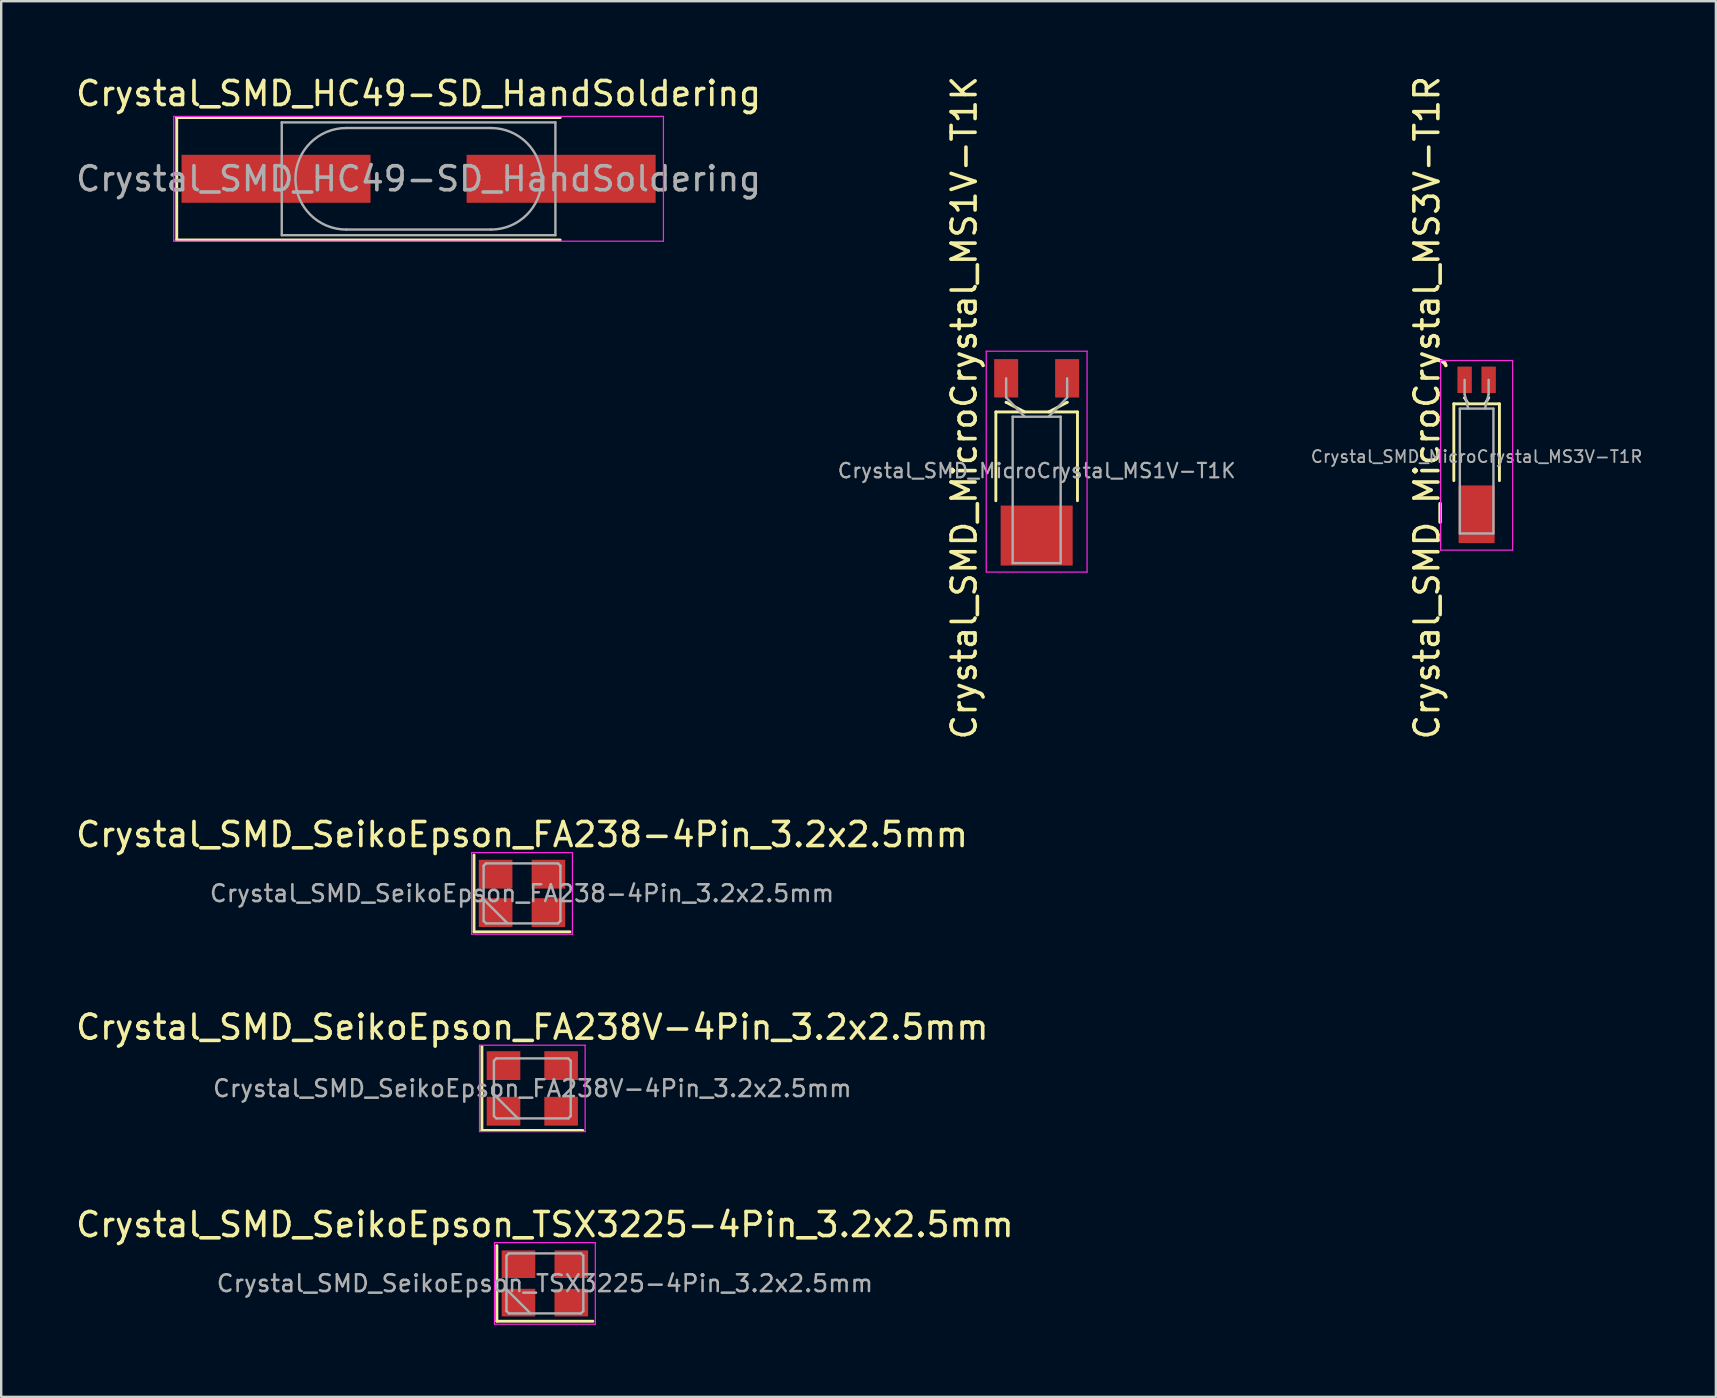
<source format=kicad_pcb>
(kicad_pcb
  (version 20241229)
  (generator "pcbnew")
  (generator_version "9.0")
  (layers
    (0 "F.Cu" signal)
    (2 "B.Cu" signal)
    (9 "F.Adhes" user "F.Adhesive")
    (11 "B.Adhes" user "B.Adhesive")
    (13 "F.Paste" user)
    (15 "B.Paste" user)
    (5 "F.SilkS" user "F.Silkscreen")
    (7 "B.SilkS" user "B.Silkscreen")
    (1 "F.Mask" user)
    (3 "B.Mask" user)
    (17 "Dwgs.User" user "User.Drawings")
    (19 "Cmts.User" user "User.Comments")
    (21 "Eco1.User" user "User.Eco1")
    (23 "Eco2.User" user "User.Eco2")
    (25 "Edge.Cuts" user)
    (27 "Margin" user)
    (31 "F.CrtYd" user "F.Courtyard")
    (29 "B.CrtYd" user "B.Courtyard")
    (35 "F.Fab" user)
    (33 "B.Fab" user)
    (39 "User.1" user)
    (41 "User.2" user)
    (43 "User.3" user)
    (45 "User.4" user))
  (footprint "Crystal_SMD_SeikoEpson_TSX3225-4Pin_3.2x2.5mm"
    (layer "F.Cu")
    (at 19.649 50.414)
    (property "Reference" "Crystal_SMD_SeikoEpson_TSX3225-4Pin_3.2x2.5mm" (at 0 -2.45 0) (layer "F.SilkS") (effects (font (size 1 1) (thickness 0.15))))
    (attr smd)
    (fp_line (start -2 -1.575) (end -2 1.575) (stroke (width 0.12) (type solid)) (layer "F.SilkS"))
    (fp_line (start -2 1.575) (end 2 1.575) (stroke (width 0.12) (type solid)) (layer "F.SilkS"))
    (fp_line (start -2.1 -1.7) (end -2.1 1.7) (stroke (width 0.05) (type solid)) (layer "F.CrtYd"))
    (fp_line (start -2.1 1.7) (end 2.1 1.7) (stroke (width 0.05) (type solid)) (layer "F.CrtYd"))
    (fp_line (start 2.1 -1.7) (end -2.1 -1.7) (stroke (width 0.05) (type solid)) (layer "F.CrtYd"))
    (fp_line (start 2.1 1.7) (end 2.1 -1.7) (stroke (width 0.05) (type solid)) (layer "F.CrtYd"))
    (fp_line (start -1.6 -1.15) (end -1.5 -1.25) (stroke (width 0.1) (type solid)) (layer "F.Fab"))
    (fp_line (start -1.6 0.25) (end -0.6 1.25) (stroke (width 0.1) (type solid)) (layer "F.Fab"))
    (fp_line (start -1.6 1.15) (end -1.6 -1.15) (stroke (width 0.1) (type solid)) (layer "F.Fab"))
    (fp_line (start -1.5 -1.25) (end 1.5 -1.25) (stroke (width 0.1) (type solid)) (layer "F.Fab"))
    (fp_line (start -1.5 1.25) (end -1.6 1.15) (stroke (width 0.1) (type solid)) (layer "F.Fab"))
    (fp_line (start 1.5 -1.25) (end 1.6 -1.15) (stroke (width 0.1) (type solid)) (layer "F.Fab"))
    (fp_line (start 1.5 1.25) (end -1.5 1.25) (stroke (width 0.1) (type solid)) (layer "F.Fab"))
    (fp_line (start 1.6 -1.15) (end 1.6 1.15) (stroke (width 0.1) (type solid)) (layer "F.Fab"))
    (fp_line (start 1.6 1.15) (end 1.5 1.25) (stroke (width 0.1) (type solid)) (layer "F.Fab"))
    (fp_text user "${REFERENCE}" (at 0 0 0) (layer "F.Fab") (effects (font (size 0.7 0.7) (thickness 0.105))))
    (pad "1" smd rect (at -1.1 0.8) (size 1.4 1.15) (layers "F.Cu" "F.Mask" "F.Paste"))
    (pad "2" smd rect (at 1.1 0.8) (size 1.4 1.15) (layers "F.Cu" "F.Mask" "F.Paste"))
    (pad "3" smd rect (at 1.1 -0.8) (size 1.4 1.15) (layers "F.Cu" "F.Mask" "F.Paste"))
    (pad "4" smd rect (at -1.1 -0.8) (size 1.4 1.15) (layers "F.Cu" "F.Mask" "F.Paste")))
  (footprint "Crystal_SMD_MicroCrystal_MS1V-T1K"
    (layer "F.Cu")
    (at 40.135 16.21)
    (property "Reference" "Crystal_SMD_MicroCrystal_MS1V-T1K" (at -3.02 -2.275 90) (layer "F.SilkS") (effects (font (size 1 1) (thickness 0.15))))
    (attr smd)
    (fp_line (start -1.7 -2.1) (end 1.7 -2.1) (stroke (width 0.12) (type solid)) (layer "F.SilkS"))
    (fp_line (start -1.7 1.6) (end -1.7 -2.1) (stroke (width 0.12) (type solid)) (layer "F.SilkS"))
    (fp_line (start -1.27 -2.5) (end -1.27 -2.5) (stroke (width 0.12) (type solid)) (layer "F.SilkS"))
    (fp_line (start -0.5 -2.1) (end -1.27 -2.5) (stroke (width 0.12) (type solid)) (layer "F.SilkS"))
    (fp_line (start 0.5 -2.1) (end 1.27 -2.5) (stroke (width 0.12) (type solid)) (layer "F.SilkS"))
    (fp_line (start 1.27 -2.5) (end 1.27 -2.5) (stroke (width 0.12) (type solid)) (layer "F.SilkS"))
    (fp_line (start 1.7 -2.1) (end 1.7 1.6) (stroke (width 0.12) (type solid)) (layer "F.SilkS"))
    (fp_line (start -2.1 -4.63) (end -2.1 4.57) (stroke (width 0.05) (type solid)) (layer "F.CrtYd"))
    (fp_line (start -2.1 4.57) (end 2.1 4.57) (stroke (width 0.05) (type solid)) (layer "F.CrtYd"))
    (fp_line (start 2.1 -4.63) (end -2.1 -4.63) (stroke (width 0.05) (type solid)) (layer "F.CrtYd"))
    (fp_line (start 2.1 4.57) (end 2.1 -4.63) (stroke (width 0.05) (type solid)) (layer "F.CrtYd"))
    (fp_line (start -1.27 -2.7) (end -1.27 -3.5) (stroke (width 0.1) (type solid)) (layer "F.Fab"))
    (fp_line (start -1 -1.9) (end -1 4.2) (stroke (width 0.1) (type solid)) (layer "F.Fab"))
    (fp_line (start -1 4.2) (end 1 4.2) (stroke (width 0.1) (type solid)) (layer "F.Fab"))
    (fp_line (start -0.5 -1.9) (end -1.27 -2.7) (stroke (width 0.1) (type solid)) (layer "F.Fab"))
    (fp_line (start 0.5 -1.9) (end 1.27 -2.7) (stroke (width 0.1) (type solid)) (layer "F.Fab"))
    (fp_line (start 1 -1.9) (end -1 -1.9) (stroke (width 0.1) (type solid)) (layer "F.Fab"))
    (fp_line (start 1 4.2) (end 1 -1.9) (stroke (width 0.1) (type solid)) (layer "F.Fab"))
    (fp_line (start 1.27 -2.7) (end 1.27 -3.5) (stroke (width 0.1) (type solid)) (layer "F.Fab"))
    (fp_text user "${REFERENCE}" (at 0 0.35 0) (layer "F.Fab") (effects (font (size 0.6 0.6) (thickness 0.09))))
    (pad "1" smd rect (at -1.27 -3.5) (size 1 1.6) (layers "F.Cu" "F.Mask" "F.Paste"))
    (pad "2" smd rect (at 1.27 -3.5) (size 1 1.6) (layers "F.Cu" "F.Mask" "F.Paste"))
    (pad "3" smd rect (at 0 3.05) (size 3 2.5) (layers "F.Cu" "F.Mask" "F.Paste")))
  (footprint "Crystal_SMD_SeikoEpson_FA238V-4Pin_3.2x2.5mm"
    (layer "F.Cu")
    (at 19.125 42.291)
    (property "Reference" "Crystal_SMD_SeikoEpson_FA238V-4Pin_3.2x2.5mm" (at 0 -2.55 0) (layer "F.SilkS") (effects (font (size 1 1) (thickness 0.15))))
    (attr smd)
    (fp_line (start -2.1 -1.75) (end -2.1 1.75) (stroke (width 0.12) (type solid)) (layer "F.SilkS"))
    (fp_line (start -2.1 1.75) (end 2.1 1.75) (stroke (width 0.12) (type solid)) (layer "F.SilkS"))
    (fp_line (start -2.2 -1.8) (end -2.2 1.8) (stroke (width 0.05) (type solid)) (layer "F.CrtYd"))
    (fp_line (start -2.2 1.8) (end 2.2 1.8) (stroke (width 0.05) (type solid)) (layer "F.CrtYd"))
    (fp_line (start 2.2 -1.8) (end -2.2 -1.8) (stroke (width 0.05) (type solid)) (layer "F.CrtYd"))
    (fp_line (start 2.2 1.8) (end 2.2 -1.8) (stroke (width 0.05) (type solid)) (layer "F.CrtYd"))
    (fp_line (start -1.6 -1.15) (end -1.5 -1.25) (stroke (width 0.1) (type solid)) (layer "F.Fab"))
    (fp_line (start -1.6 0.25) (end -0.6 1.25) (stroke (width 0.1) (type solid)) (layer "F.Fab"))
    (fp_line (start -1.6 1.15) (end -1.6 -1.15) (stroke (width 0.1) (type solid)) (layer "F.Fab"))
    (fp_line (start -1.5 -1.25) (end 1.5 -1.25) (stroke (width 0.1) (type solid)) (layer "F.Fab"))
    (fp_line (start -1.5 1.25) (end -1.6 1.15) (stroke (width 0.1) (type solid)) (layer "F.Fab"))
    (fp_line (start 1.5 -1.25) (end 1.6 -1.15) (stroke (width 0.1) (type solid)) (layer "F.Fab"))
    (fp_line (start 1.5 1.25) (end -1.5 1.25) (stroke (width 0.1) (type solid)) (layer "F.Fab"))
    (fp_line (start 1.6 -1.15) (end 1.6 1.15) (stroke (width 0.1) (type solid)) (layer "F.Fab"))
    (fp_line (start 1.6 1.15) (end 1.5 1.25) (stroke (width 0.1) (type solid)) (layer "F.Fab"))
    (fp_text user "${REFERENCE}" (at 0 0 0) (layer "F.Fab") (effects (font (size 0.7 0.7) (thickness 0.105))))
    (pad "1" smd rect (at -1.2 0.95) (size 1.4 1.2) (layers "F.Cu" "F.Mask" "F.Paste"))
    (pad "2" smd rect (at 1.2 0.95) (size 1.4 1.2) (layers "F.Cu" "F.Mask" "F.Paste"))
    (pad "3" smd rect (at 1.2 -0.95) (size 1.4 1.2) (layers "F.Cu" "F.Mask" "F.Paste"))
    (pad "4" smd rect (at -1.2 -0.95) (size 1.4 1.2) (layers "F.Cu" "F.Mask" "F.Paste")))
  (footprint "Crystal_SMD_HC49-SD_HandSoldering"
    (layer "F.Cu")
    (at 14.387 4.398)
    (property "Reference" "Crystal_SMD_HC49-SD_HandSoldering" (at 0 -3.55 0) (layer "F.SilkS") (effects (font (size 1 1) (thickness 0.15))))
    (attr smd)
    (fp_line (start -10.075 -2.55) (end -10.075 2.55) (stroke (width 0.12) (type solid)) (layer "F.SilkS"))
    (fp_line (start -10.075 2.55) (end 5.9 2.55) (stroke (width 0.12) (type solid)) (layer "F.SilkS"))
    (fp_line (start 5.9 -2.55) (end -10.075 -2.55) (stroke (width 0.12) (type solid)) (layer "F.SilkS"))
    (fp_line (start -10.2 -2.6) (end -10.2 2.6) (stroke (width 0.05) (type solid)) (layer "F.CrtYd"))
    (fp_line (start -10.2 2.6) (end 10.2 2.6) (stroke (width 0.05) (type solid)) (layer "F.CrtYd"))
    (fp_line (start 10.2 -2.6) (end -10.2 -2.6) (stroke (width 0.05) (type solid)) (layer "F.CrtYd"))
    (fp_line (start 10.2 2.6) (end 10.2 -2.6) (stroke (width 0.05) (type solid)) (layer "F.CrtYd"))
    (fp_line (start -5.7 -2.35) (end -5.7 2.35) (stroke (width 0.1) (type solid)) (layer "F.Fab"))
    (fp_line (start -5.7 2.35) (end 5.7 2.35) (stroke (width 0.1) (type solid)) (layer "F.Fab"))
    (fp_line (start -3.015 -2.115) (end 3.015 -2.115) (stroke (width 0.1) (type solid)) (layer "F.Fab"))
    (fp_line (start -3.015 2.115) (end 3.015 2.115) (stroke (width 0.1) (type solid)) (layer "F.Fab"))
    (fp_line (start 5.7 -2.35) (end -5.7 -2.35) (stroke (width 0.1) (type solid)) (layer "F.Fab"))
    (fp_line (start 5.7 2.35) (end 5.7 -2.35) (stroke (width 0.1) (type solid)) (layer "F.Fab"))
    (fp_arc (start -3.015 2.115) (mid -5.13 0) (end -3.015 -2.115) (stroke (width 0.1) (type solid)) (layer "F.Fab"))
    (fp_arc (start 3.015 -2.115) (mid 5.13 0) (end 3.015 2.115) (stroke (width 0.1) (type solid)) (layer "F.Fab"))
    (fp_text user "${REFERENCE}" (at 0 0 0) (layer "F.Fab") (effects (font (size 1 1) (thickness 0.15))))
    (pad "1" smd rect (at -5.938 0) (size 7.875 2) (layers "F.Cu" "F.Mask" "F.Paste"))
    (pad "2" smd rect (at 5.938 0) (size 7.875 2) (layers "F.Cu" "F.Mask" "F.Paste")))
  (footprint "Crystal_SMD_MicroCrystal_MS3V-T1R"
    (layer "F.Cu")
    (at 58.463 15.897)
    (property "Reference" "Crystal_SMD_MicroCrystal_MS3V-T1R" (at -2.07 -1.962 90) (layer "F.SilkS") (effects (font (size 1 1) (thickness 0.15))))
    (attr smd)
    (fp_line (start -0.95 -2.125) (end 0.95 -2.125) (stroke (width 0.12) (type solid)) (layer "F.SilkS"))
    (fp_line (start -0.95 1.075) (end -0.95 -2.125) (stroke (width 0.12) (type solid)) (layer "F.SilkS"))
    (fp_line (start -0.5 -2.375) (end -0.5 -2.375) (stroke (width 0.12) (type solid)) (layer "F.SilkS"))
    (fp_line (start -0.35 -2.125) (end -0.5 -2.375) (stroke (width 0.12) (type solid)) (layer "F.SilkS"))
    (fp_line (start 0.35 -2.125) (end 0.5 -2.375) (stroke (width 0.12) (type solid)) (layer "F.SilkS"))
    (fp_line (start 0.5 -2.375) (end 0.5 -2.375) (stroke (width 0.12) (type solid)) (layer "F.SilkS"))
    (fp_line (start 0.95 -2.125) (end 0.95 1.075) (stroke (width 0.12) (type solid)) (layer "F.SilkS"))
    (fp_line (start -1.5 -3.93) (end -1.5 3.97) (stroke (width 0.05) (type solid)) (layer "F.CrtYd"))
    (fp_line (start -1.5 3.97) (end 1.5 3.97) (stroke (width 0.05) (type solid)) (layer "F.CrtYd"))
    (fp_line (start 1.5 -3.93) (end -1.5 -3.93) (stroke (width 0.05) (type solid)) (layer "F.CrtYd"))
    (fp_line (start 1.5 3.97) (end 1.5 -3.93) (stroke (width 0.05) (type solid)) (layer "F.CrtYd"))
    (fp_line (start -0.7 -1.925) (end -0.7 3.275) (stroke (width 0.1) (type solid)) (layer "F.Fab"))
    (fp_line (start -0.7 3.275) (end 0.7 3.275) (stroke (width 0.1) (type solid)) (layer "F.Fab"))
    (fp_line (start -0.5 -2.525) (end -0.5 -3.125) (stroke (width 0.1) (type solid)) (layer "F.Fab"))
    (fp_line (start -0.35 -1.925) (end -0.5 -2.525) (stroke (width 0.1) (type solid)) (layer "F.Fab"))
    (fp_line (start 0.35 -1.925) (end 0.5 -2.525) (stroke (width 0.1) (type solid)) (layer "F.Fab"))
    (fp_line (start 0.5 -2.525) (end 0.5 -3.125) (stroke (width 0.1) (type solid)) (layer "F.Fab"))
    (fp_line (start 0.7 -1.925) (end -0.7 -1.925) (stroke (width 0.1) (type solid)) (layer "F.Fab"))
    (fp_line (start 0.7 3.275) (end 0.7 -1.925) (stroke (width 0.1) (type solid)) (layer "F.Fab"))
    (fp_text user "${REFERENCE}" (at 0 0.075 0) (layer "F.Fab") (effects (font (size 0.5 0.5) (thickness 0.075))))
    (pad "1" smd rect (at -0.5 -3.125) (size 0.6 1.1) (layers "F.Cu" "F.Mask" "F.Paste"))
    (pad "2" smd rect (at 0.5 -3.125) (size 0.6 1.1) (layers "F.Cu" "F.Mask" "F.Paste"))
    (pad "3" smd rect (at 0 2.475) (size 1.5 2.4) (layers "F.Cu" "F.Mask" "F.Paste")))
  (footprint "Crystal_SMD_SeikoEpson_FA238-4Pin_3.2x2.5mm"
    (layer "F.Cu")
    (at 18.696 34.167)
    (property "Reference" "Crystal_SMD_SeikoEpson_FA238-4Pin_3.2x2.5mm" (at 0 -2.45 0) (layer "F.SilkS") (effects (font (size 1 1) (thickness 0.15))))
    (attr smd)
    (fp_line (start -2 -1.6) (end -2 1.6) (stroke (width 0.12) (type solid)) (layer "F.SilkS"))
    (fp_line (start -2 1.6) (end 2 1.6) (stroke (width 0.12) (type solid)) (layer "F.SilkS"))
    (fp_line (start -2.1 -1.7) (end -2.1 1.7) (stroke (width 0.05) (type solid)) (layer "F.CrtYd"))
    (fp_line (start -2.1 1.7) (end 2.1 1.7) (stroke (width 0.05) (type solid)) (layer "F.CrtYd"))
    (fp_line (start 2.1 -1.7) (end -2.1 -1.7) (stroke (width 0.05) (type solid)) (layer "F.CrtYd"))
    (fp_line (start 2.1 1.7) (end 2.1 -1.7) (stroke (width 0.05) (type solid)) (layer "F.CrtYd"))
    (fp_line (start -1.6 -1.15) (end -1.5 -1.25) (stroke (width 0.1) (type solid)) (layer "F.Fab"))
    (fp_line (start -1.6 0.25) (end -0.6 1.25) (stroke (width 0.1) (type solid)) (layer "F.Fab"))
    (fp_line (start -1.6 1.15) (end -1.6 -1.15) (stroke (width 0.1) (type solid)) (layer "F.Fab"))
    (fp_line (start -1.5 -1.25) (end 1.5 -1.25) (stroke (width 0.1) (type solid)) (layer "F.Fab"))
    (fp_line (start -1.5 1.25) (end -1.6 1.15) (stroke (width 0.1) (type solid)) (layer "F.Fab"))
    (fp_line (start 1.5 -1.25) (end 1.6 -1.15) (stroke (width 0.1) (type solid)) (layer "F.Fab"))
    (fp_line (start 1.5 1.25) (end -1.5 1.25) (stroke (width 0.1) (type solid)) (layer "F.Fab"))
    (fp_line (start 1.6 -1.15) (end 1.6 1.15) (stroke (width 0.1) (type solid)) (layer "F.Fab"))
    (fp_line (start 1.6 1.15) (end 1.5 1.25) (stroke (width 0.1) (type solid)) (layer "F.Fab"))
    (fp_text user "${REFERENCE}" (at 0 0 0) (layer "F.Fab") (effects (font (size 0.7 0.7) (thickness 0.105))))
    (pad "1" smd rect (at -1.1 0.8) (size 1.4 1.2) (layers "F.Cu" "F.Mask" "F.Paste"))
    (pad "2" smd rect (at 1.1 0.8) (size 1.4 1.2) (layers "F.Cu" "F.Mask" "F.Paste"))
    (pad "3" smd rect (at 1.1 -0.8) (size 1.4 1.2) (layers "F.Cu" "F.Mask" "F.Paste"))
    (pad "4" smd rect (at -1.1 -0.8) (size 1.4 1.2) (layers "F.Cu" "F.Mask" "F.Paste")))
  (gr_rect
    (start -3 -3)
    (end 68.43 55.139)
    (stroke (width 0.1) (type default))
    (fill no)
    (layer "Edge.Cuts")))
</source>
